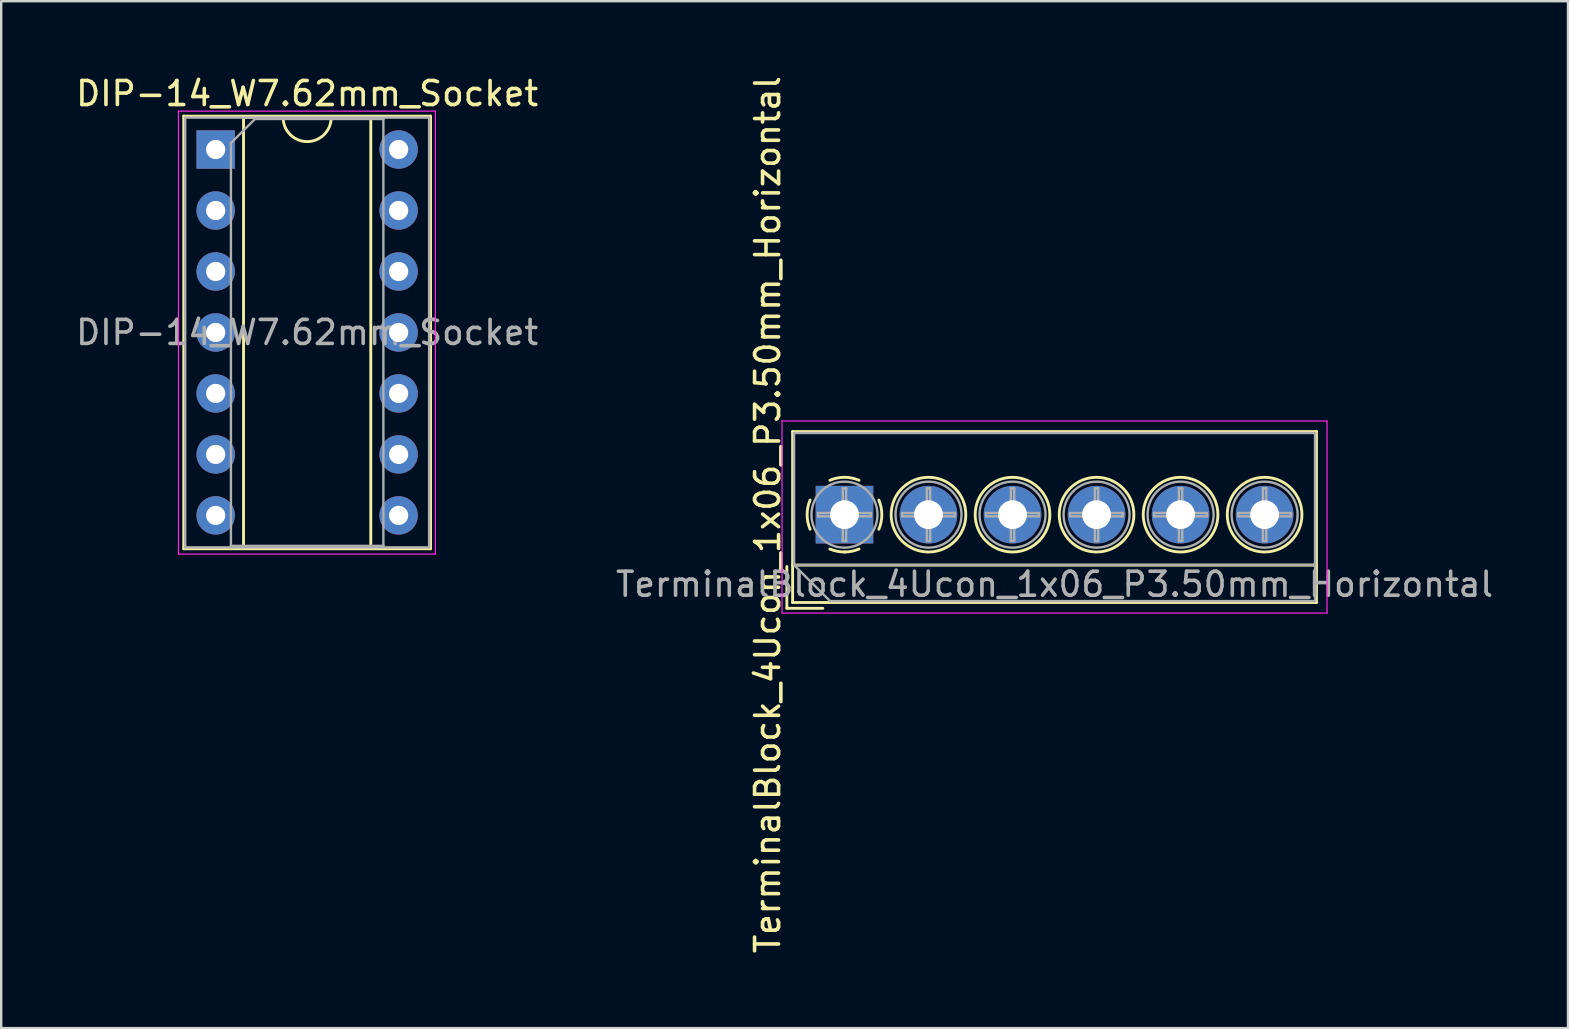
<source format=kicad_pcb>
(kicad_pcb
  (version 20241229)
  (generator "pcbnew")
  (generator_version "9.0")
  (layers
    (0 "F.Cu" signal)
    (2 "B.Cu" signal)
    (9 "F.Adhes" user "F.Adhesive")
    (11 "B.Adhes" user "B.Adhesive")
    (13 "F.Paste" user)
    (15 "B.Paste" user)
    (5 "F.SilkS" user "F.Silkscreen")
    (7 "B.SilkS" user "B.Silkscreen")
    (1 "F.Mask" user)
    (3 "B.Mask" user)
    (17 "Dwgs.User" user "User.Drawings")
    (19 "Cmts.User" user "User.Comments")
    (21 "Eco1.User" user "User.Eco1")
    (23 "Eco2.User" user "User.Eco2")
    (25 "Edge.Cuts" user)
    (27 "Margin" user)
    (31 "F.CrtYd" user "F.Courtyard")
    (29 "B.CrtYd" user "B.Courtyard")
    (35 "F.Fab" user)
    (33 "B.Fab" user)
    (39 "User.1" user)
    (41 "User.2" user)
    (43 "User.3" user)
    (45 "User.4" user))
  (footprint "DIP-14_W7.62mm_Socket"
    (layer "F.Cu")
    (at 5.934 3.178)
    (property "Reference" "DIP-14_W7.62mm_Socket" (at 3.81 -2.33 0) (layer "F.SilkS") (effects (font (size 1 1) (thickness 0.15))))
    (attr through_hole)
    (fp_line (start -1.33 -1.39) (end -1.33 16.63) (stroke (width 0.12) (type solid)) (layer "F.SilkS"))
    (fp_line (start -1.33 16.63) (end 8.95 16.63) (stroke (width 0.12) (type solid)) (layer "F.SilkS"))
    (fp_line (start 1.16 -1.33) (end 1.16 16.57) (stroke (width 0.12) (type solid)) (layer "F.SilkS"))
    (fp_line (start 1.16 16.57) (end 6.46 16.57) (stroke (width 0.12) (type solid)) (layer "F.SilkS"))
    (fp_line (start 2.81 -1.33) (end 1.16 -1.33) (stroke (width 0.12) (type solid)) (layer "F.SilkS"))
    (fp_line (start 6.46 -1.33) (end 4.81 -1.33) (stroke (width 0.12) (type solid)) (layer "F.SilkS"))
    (fp_line (start 6.46 16.57) (end 6.46 -1.33) (stroke (width 0.12) (type solid)) (layer "F.SilkS"))
    (fp_line (start 8.95 -1.39) (end -1.33 -1.39) (stroke (width 0.12) (type solid)) (layer "F.SilkS"))
    (fp_line (start 8.95 16.63) (end 8.95 -1.39) (stroke (width 0.12) (type solid)) (layer "F.SilkS"))
    (fp_arc (start 4.81 -1.33) (mid 3.81 -0.33) (end 2.81 -1.33) (stroke (width 0.12) (type solid)) (layer "F.SilkS"))
    (fp_line (start -1.55 -1.6) (end -1.55 16.85) (stroke (width 0.05) (type solid)) (layer "F.CrtYd"))
    (fp_line (start -1.55 16.85) (end 9.15 16.85) (stroke (width 0.05) (type solid)) (layer "F.CrtYd"))
    (fp_line (start 9.15 -1.6) (end -1.55 -1.6) (stroke (width 0.05) (type solid)) (layer "F.CrtYd"))
    (fp_line (start 9.15 16.85) (end 9.15 -1.6) (stroke (width 0.05) (type solid)) (layer "F.CrtYd"))
    (fp_line (start -1.27 -1.33) (end -1.27 16.57) (stroke (width 0.1) (type solid)) (layer "F.Fab"))
    (fp_line (start -1.27 16.57) (end 8.89 16.57) (stroke (width 0.1) (type solid)) (layer "F.Fab"))
    (fp_line (start 0.635 -0.27) (end 1.635 -1.27) (stroke (width 0.1) (type solid)) (layer "F.Fab"))
    (fp_line (start 0.635 16.51) (end 0.635 -0.27) (stroke (width 0.1) (type solid)) (layer "F.Fab"))
    (fp_line (start 1.635 -1.27) (end 6.985 -1.27) (stroke (width 0.1) (type solid)) (layer "F.Fab"))
    (fp_line (start 6.985 -1.27) (end 6.985 16.51) (stroke (width 0.1) (type solid)) (layer "F.Fab"))
    (fp_line (start 6.985 16.51) (end 0.635 16.51) (stroke (width 0.1) (type solid)) (layer "F.Fab"))
    (fp_line (start 8.89 -1.33) (end -1.27 -1.33) (stroke (width 0.1) (type solid)) (layer "F.Fab"))
    (fp_line (start 8.89 16.57) (end 8.89 -1.33) (stroke (width 0.1) (type solid)) (layer "F.Fab"))
    (fp_text user "${REFERENCE}" (at 3.81 7.62 0) (layer "F.Fab") (effects (font (size 1 1) (thickness 0.15))))
    (pad "1" thru_hole rect (at 0 0) (size 1.6 1.6) (drill 0.8) (layers "*.Cu" "*.Mask"))
    (pad "2" thru_hole oval (at 0 2.54) (size 1.6 1.6) (drill 0.8) (layers "*.Cu" "*.Mask"))
    (pad "3" thru_hole oval (at 0 5.08) (size 1.6 1.6) (drill 0.8) (layers "*.Cu" "*.Mask"))
    (pad "4" thru_hole oval (at 0 7.62) (size 1.6 1.6) (drill 0.8) (layers "*.Cu" "*.Mask"))
    (pad "5" thru_hole oval (at 0 10.16) (size 1.6 1.6) (drill 0.8) (layers "*.Cu" "*.Mask"))
    (pad "6" thru_hole oval (at 0 12.7) (size 1.6 1.6) (drill 0.8) (layers "*.Cu" "*.Mask"))
    (pad "7" thru_hole oval (at 0 15.24) (size 1.6 1.6) (drill 0.8) (layers "*.Cu" "*.Mask"))
    (pad "8" thru_hole oval (at 7.62 15.24) (size 1.6 1.6) (drill 0.8) (layers "*.Cu" "*.Mask"))
    (pad "9" thru_hole oval (at 7.62 12.7) (size 1.6 1.6) (drill 0.8) (layers "*.Cu" "*.Mask"))
    (pad "10" thru_hole oval (at 7.62 10.16) (size 1.6 1.6) (drill 0.8) (layers "*.Cu" "*.Mask"))
    (pad "11" thru_hole oval (at 7.62 7.62) (size 1.6 1.6) (drill 0.8) (layers "*.Cu" "*.Mask"))
    (pad "12" thru_hole oval (at 7.62 5.08) (size 1.6 1.6) (drill 0.8) (layers "*.Cu" "*.Mask"))
    (pad "13" thru_hole oval (at 7.62 2.54) (size 1.6 1.6) (drill 0.8) (layers "*.Cu" "*.Mask"))
    (pad "14" thru_hole oval (at 7.62 0) (size 1.6 1.6) (drill 0.8) (layers "*.Cu" "*.Mask")))
  (footprint "TerminalBlock_4Ucon_1x06_P3.50mm_Horizontal"
    (layer "F.Cu")
    (at 32.125 18.387)
    (property "Reference" "TerminalBlock_4Ucon_1x06_P3.50mm_Horizontal" (at -3.2 0 90) (layer "F.SilkS") (effects (font (size 1 1) (thickness 0.15))))
    (attr through_hole)
    (fp_line (start -2.4 2.16) (end -2.4 3.9) (stroke (width 0.12) (type solid)) (layer "F.SilkS"))
    (fp_line (start -2.4 3.9) (end -0.9 3.9) (stroke (width 0.12) (type solid)) (layer "F.SilkS"))
    (fp_line (start -2.16 -3.46) (end -2.16 3.66) (stroke (width 0.12) (type solid)) (layer "F.SilkS"))
    (fp_line (start -2.16 -3.46) (end 19.66 -3.46) (stroke (width 0.12) (type solid)) (layer "F.SilkS"))
    (fp_line (start -2.16 2.1) (end 19.66 2.1) (stroke (width 0.12) (type solid)) (layer "F.SilkS"))
    (fp_line (start -2.16 3.66) (end 19.66 3.66) (stroke (width 0.12) (type solid)) (layer "F.SilkS"))
    (fp_line (start 19.66 -3.46) (end 19.66 3.66) (stroke (width 0.12) (type solid)) (layer "F.SilkS"))
    (fp_arc (start -1.432109 0.607742) (mid -1.555727 -0.00014) (end -1.432 -0.608) (stroke (width 0.12) (type solid)) (layer "F.SilkS"))
    (fp_arc (start -0.607742 -1.432109) (mid 0.00014 -1.555727) (end 0.608 -1.432) (stroke (width 0.12) (type solid)) (layer "F.SilkS"))
    (fp_arc (start 0.027011 1.555493) (mid -0.296984 1.527118) (end -0.608 1.432) (stroke (width 0.12) (type solid)) (layer "F.SilkS"))
    (fp_arc (start 0.607587 1.431385) (mid 0.310017 1.523783) (end 0 1.555) (stroke (width 0.12) (type solid)) (layer "F.SilkS"))
    (fp_arc (start 1.432109 -0.607742) (mid 1.555727 0.00014) (end 1.432 0.608) (stroke (width 0.12) (type solid)) (layer "F.SilkS"))
    (fp_circle (center 3.5 0) (end 5.055 0) (stroke (width 0.12) (type solid)) (fill no) (layer "F.SilkS"))
    (fp_circle (center 7 0) (end 8.555 0) (stroke (width 0.12) (type solid)) (fill no) (layer "F.SilkS"))
    (fp_circle (center 10.5 0) (end 12.055 0) (stroke (width 0.12) (type solid)) (fill no) (layer "F.SilkS"))
    (fp_circle (center 14 0) (end 15.555 0) (stroke (width 0.12) (type solid)) (fill no) (layer "F.SilkS"))
    (fp_circle (center 17.5 0) (end 19.055 0) (stroke (width 0.12) (type solid)) (fill no) (layer "F.SilkS"))
    (fp_line (start -2.6 -3.9) (end -2.6 4.1) (stroke (width 0.05) (type solid)) (layer "F.CrtYd"))
    (fp_line (start -2.6 4.1) (end 20.1 4.1) (stroke (width 0.05) (type solid)) (layer "F.CrtYd"))
    (fp_line (start 20.1 -3.9) (end -2.6 -3.9) (stroke (width 0.05) (type solid)) (layer "F.CrtYd"))
    (fp_line (start 20.1 4.1) (end 20.1 -3.9) (stroke (width 0.05) (type solid)) (layer "F.CrtYd"))
    (fp_line (start -2.1 -3.4) (end 19.6 -3.4) (stroke (width 0.1) (type solid)) (layer "F.Fab"))
    (fp_line (start -2.1 2.1) (end -2.1 -3.4) (stroke (width 0.1) (type solid)) (layer "F.Fab"))
    (fp_line (start -2.1 2.1) (end 19.6 2.1) (stroke (width 0.1) (type solid)) (layer "F.Fab"))
    (fp_line (start -1.1 -0.069) (end -0.069 -0.069) (stroke (width 0.1) (type solid)) (layer "F.Fab"))
    (fp_line (start -1.1 0.069) (end -1.1 -0.069) (stroke (width 0.1) (type solid)) (layer "F.Fab"))
    (fp_line (start -0.6 3.6) (end -2.1 2.1) (stroke (width 0.1) (type solid)) (layer "F.Fab"))
    (fp_line (start -0.069 -1.1) (end 0.069 -1.1) (stroke (width 0.1) (type solid)) (layer "F.Fab"))
    (fp_line (start -0.069 -0.069) (end -0.069 -1.1) (stroke (width 0.1) (type solid)) (layer "F.Fab"))
    (fp_line (start -0.069 0.069) (end -1.1 0.069) (stroke (width 0.1) (type solid)) (layer "F.Fab"))
    (fp_line (start -0.069 1.1) (end -0.069 0.069) (stroke (width 0.1) (type solid)) (layer "F.Fab"))
    (fp_line (start 0.069 -1.1) (end 0.069 -0.069) (stroke (width 0.1) (type solid)) (layer "F.Fab"))
    (fp_line (start 0.069 -0.069) (end 1.1 -0.069) (stroke (width 0.1) (type solid)) (layer "F.Fab"))
    (fp_line (start 0.069 0.069) (end 0.069 1.1) (stroke (width 0.1) (type solid)) (layer "F.Fab"))
    (fp_line (start 0.069 1.1) (end -0.069 1.1) (stroke (width 0.1) (type solid)) (layer "F.Fab"))
    (fp_line (start 1.1 -0.069) (end 1.1 0.069) (stroke (width 0.1) (type solid)) (layer "F.Fab"))
    (fp_line (start 1.1 0.069) (end 0.069 0.069) (stroke (width 0.1) (type solid)) (layer "F.Fab"))
    (fp_line (start 2.4 -0.069) (end 3.431 -0.069) (stroke (width 0.1) (type solid)) (layer "F.Fab"))
    (fp_line (start 2.4 0.069) (end 2.4 -0.069) (stroke (width 0.1) (type solid)) (layer "F.Fab"))
    (fp_line (start 3.431 -1.1) (end 3.569 -1.1) (stroke (width 0.1) (type solid)) (layer "F.Fab"))
    (fp_line (start 3.431 -0.069) (end 3.431 -1.1) (stroke (width 0.1) (type solid)) (layer "F.Fab"))
    (fp_line (start 3.431 0.069) (end 2.4 0.069) (stroke (width 0.1) (type solid)) (layer "F.Fab"))
    (fp_line (start 3.431 1.1) (end 3.431 0.069) (stroke (width 0.1) (type solid)) (layer "F.Fab"))
    (fp_line (start 3.569 -1.1) (end 3.569 -0.069) (stroke (width 0.1) (type solid)) (layer "F.Fab"))
    (fp_line (start 3.569 -0.069) (end 4.6 -0.069) (stroke (width 0.1) (type solid)) (layer "F.Fab"))
    (fp_line (start 3.569 0.069) (end 3.569 1.1) (stroke (width 0.1) (type solid)) (layer "F.Fab"))
    (fp_line (start 3.569 1.1) (end 3.431 1.1) (stroke (width 0.1) (type solid)) (layer "F.Fab"))
    (fp_line (start 4.6 -0.069) (end 4.6 0.069) (stroke (width 0.1) (type solid)) (layer "F.Fab"))
    (fp_line (start 4.6 0.069) (end 3.569 0.069) (stroke (width 0.1) (type solid)) (layer "F.Fab"))
    (fp_line (start 5.9 -0.069) (end 6.931 -0.069) (stroke (width 0.1) (type solid)) (layer "F.Fab"))
    (fp_line (start 5.9 0.069) (end 5.9 -0.069) (stroke (width 0.1) (type solid)) (layer "F.Fab"))
    (fp_line (start 6.931 -1.1) (end 7.069 -1.1) (stroke (width 0.1) (type solid)) (layer "F.Fab"))
    (fp_line (start 6.931 -0.069) (end 6.931 -1.1) (stroke (width 0.1) (type solid)) (layer "F.Fab"))
    (fp_line (start 6.931 0.069) (end 5.9 0.069) (stroke (width 0.1) (type solid)) (layer "F.Fab"))
    (fp_line (start 6.931 1.1) (end 6.931 0.069) (stroke (width 0.1) (type solid)) (layer "F.Fab"))
    (fp_line (start 7.069 -1.1) (end 7.069 -0.069) (stroke (width 0.1) (type solid)) (layer "F.Fab"))
    (fp_line (start 7.069 -0.069) (end 8.1 -0.069) (stroke (width 0.1) (type solid)) (layer "F.Fab"))
    (fp_line (start 7.069 0.069) (end 7.069 1.1) (stroke (width 0.1) (type solid)) (layer "F.Fab"))
    (fp_line (start 7.069 1.1) (end 6.931 1.1) (stroke (width 0.1) (type solid)) (layer "F.Fab"))
    (fp_line (start 8.1 -0.069) (end 8.1 0.069) (stroke (width 0.1) (type solid)) (layer "F.Fab"))
    (fp_line (start 8.1 0.069) (end 7.069 0.069) (stroke (width 0.1) (type solid)) (layer "F.Fab"))
    (fp_line (start 9.4 -0.069) (end 10.431 -0.069) (stroke (width 0.1) (type solid)) (layer "F.Fab"))
    (fp_line (start 9.4 0.069) (end 9.4 -0.069) (stroke (width 0.1) (type solid)) (layer "F.Fab"))
    (fp_line (start 10.431 -1.1) (end 10.569 -1.1) (stroke (width 0.1) (type solid)) (layer "F.Fab"))
    (fp_line (start 10.431 -0.069) (end 10.431 -1.1) (stroke (width 0.1) (type solid)) (layer "F.Fab"))
    (fp_line (start 10.431 0.069) (end 9.4 0.069) (stroke (width 0.1) (type solid)) (layer "F.Fab"))
    (fp_line (start 10.431 1.1) (end 10.431 0.069) (stroke (width 0.1) (type solid)) (layer "F.Fab"))
    (fp_line (start 10.569 -1.1) (end 10.569 -0.069) (stroke (width 0.1) (type solid)) (layer "F.Fab"))
    (fp_line (start 10.569 -0.069) (end 11.6 -0.069) (stroke (width 0.1) (type solid)) (layer "F.Fab"))
    (fp_line (start 10.569 0.069) (end 10.569 1.1) (stroke (width 0.1) (type solid)) (layer "F.Fab"))
    (fp_line (start 10.569 1.1) (end 10.431 1.1) (stroke (width 0.1) (type solid)) (layer "F.Fab"))
    (fp_line (start 11.6 -0.069) (end 11.6 0.069) (stroke (width 0.1) (type solid)) (layer "F.Fab"))
    (fp_line (start 11.6 0.069) (end 10.569 0.069) (stroke (width 0.1) (type solid)) (layer "F.Fab"))
    (fp_line (start 12.9 -0.069) (end 13.931 -0.069) (stroke (width 0.1) (type solid)) (layer "F.Fab"))
    (fp_line (start 12.9 0.069) (end 12.9 -0.069) (stroke (width 0.1) (type solid)) (layer "F.Fab"))
    (fp_line (start 13.931 -1.1) (end 14.069 -1.1) (stroke (width 0.1) (type solid)) (layer "F.Fab"))
    (fp_line (start 13.931 -0.069) (end 13.931 -1.1) (stroke (width 0.1) (type solid)) (layer "F.Fab"))
    (fp_line (start 13.931 0.069) (end 12.9 0.069) (stroke (width 0.1) (type solid)) (layer "F.Fab"))
    (fp_line (start 13.931 1.1) (end 13.931 0.069) (stroke (width 0.1) (type solid)) (layer "F.Fab"))
    (fp_line (start 14.069 -1.1) (end 14.069 -0.069) (stroke (width 0.1) (type solid)) (layer "F.Fab"))
    (fp_line (start 14.069 -0.069) (end 15.1 -0.069) (stroke (width 0.1) (type solid)) (layer "F.Fab"))
    (fp_line (start 14.069 0.069) (end 14.069 1.1) (stroke (width 0.1) (type solid)) (layer "F.Fab"))
    (fp_line (start 14.069 1.1) (end 13.931 1.1) (stroke (width 0.1) (type solid)) (layer "F.Fab"))
    (fp_line (start 15.1 -0.069) (end 15.1 0.069) (stroke (width 0.1) (type solid)) (layer "F.Fab"))
    (fp_line (start 15.1 0.069) (end 14.069 0.069) (stroke (width 0.1) (type solid)) (layer "F.Fab"))
    (fp_line (start 16.4 -0.069) (end 17.431 -0.069) (stroke (width 0.1) (type solid)) (layer "F.Fab"))
    (fp_line (start 16.4 0.069) (end 16.4 -0.069) (stroke (width 0.1) (type solid)) (layer "F.Fab"))
    (fp_line (start 17.431 -1.1) (end 17.569 -1.1) (stroke (width 0.1) (type solid)) (layer "F.Fab"))
    (fp_line (start 17.431 -0.069) (end 17.431 -1.1) (stroke (width 0.1) (type solid)) (layer "F.Fab"))
    (fp_line (start 17.431 0.069) (end 16.4 0.069) (stroke (width 0.1) (type solid)) (layer "F.Fab"))
    (fp_line (start 17.431 1.1) (end 17.431 0.069) (stroke (width 0.1) (type solid)) (layer "F.Fab"))
    (fp_line (start 17.569 -1.1) (end 17.569 -0.069) (stroke (width 0.1) (type solid)) (layer "F.Fab"))
    (fp_line (start 17.569 -0.069) (end 18.6 -0.069) (stroke (width 0.1) (type solid)) (layer "F.Fab"))
    (fp_line (start 17.569 0.069) (end 17.569 1.1) (stroke (width 0.1) (type solid)) (layer "F.Fab"))
    (fp_line (start 17.569 1.1) (end 17.431 1.1) (stroke (width 0.1) (type solid)) (layer "F.Fab"))
    (fp_line (start 18.6 -0.069) (end 18.6 0.069) (stroke (width 0.1) (type solid)) (layer "F.Fab"))
    (fp_line (start 18.6 0.069) (end 17.569 0.069) (stroke (width 0.1) (type solid)) (layer "F.Fab"))
    (fp_line (start 19.6 -3.4) (end 19.6 3.6) (stroke (width 0.1) (type solid)) (layer "F.Fab"))
    (fp_line (start 19.6 3.6) (end -0.6 3.6) (stroke (width 0.1) (type solid)) (layer "F.Fab"))
    (fp_circle (center 0 0) (end 1.375 0) (stroke (width 0.1) (type solid)) (fill no) (layer "F.Fab"))
    (fp_circle (center 3.5 0) (end 4.875 0) (stroke (width 0.1) (type solid)) (fill no) (layer "F.Fab"))
    (fp_circle (center 7 0) (end 8.375 0) (stroke (width 0.1) (type solid)) (fill no) (layer "F.Fab"))
    (fp_circle (center 10.5 0) (end 11.875 0) (stroke (width 0.1) (type solid)) (fill no) (layer "F.Fab"))
    (fp_circle (center 14 0) (end 15.375 0) (stroke (width 0.1) (type solid)) (fill no) (layer "F.Fab"))
    (fp_circle (center 17.5 0) (end 18.875 0) (stroke (width 0.1) (type solid)) (fill no) (layer "F.Fab"))
    (fp_text user "${REFERENCE}" (at 8.75 2.9 180) (layer "F.Fab") (effects (font (size 1 1) (thickness 0.15))))
    (pad "1" thru_hole rect (at 0 0) (size 2.4 2.4) (drill 1.2) (layers "*.Cu" "*.Mask"))
    (pad "2" thru_hole circle (at 3.5 0) (size 2.4 2.4) (drill 1.2) (layers "*.Cu" "*.Mask"))
    (pad "3" thru_hole circle (at 7 0) (size 2.4 2.4) (drill 1.2) (layers "*.Cu" "*.Mask"))
    (pad "4" thru_hole circle (at 10.5 0) (size 2.4 2.4) (drill 1.2) (layers "*.Cu" "*.Mask"))
    (pad "5" thru_hole circle (at 14 0) (size 2.4 2.4) (drill 1.2) (layers "*.Cu" "*.Mask"))
    (pad "6" thru_hole circle (at 17.5 0) (size 2.4 2.4) (drill 1.2) (layers "*.Cu" "*.Mask")))
  (gr_rect
    (start -3 -3)
    (end 62.262 39.774)
    (stroke (width 0.1) (type default))
    (fill no)
    (layer "Edge.Cuts")))
</source>
